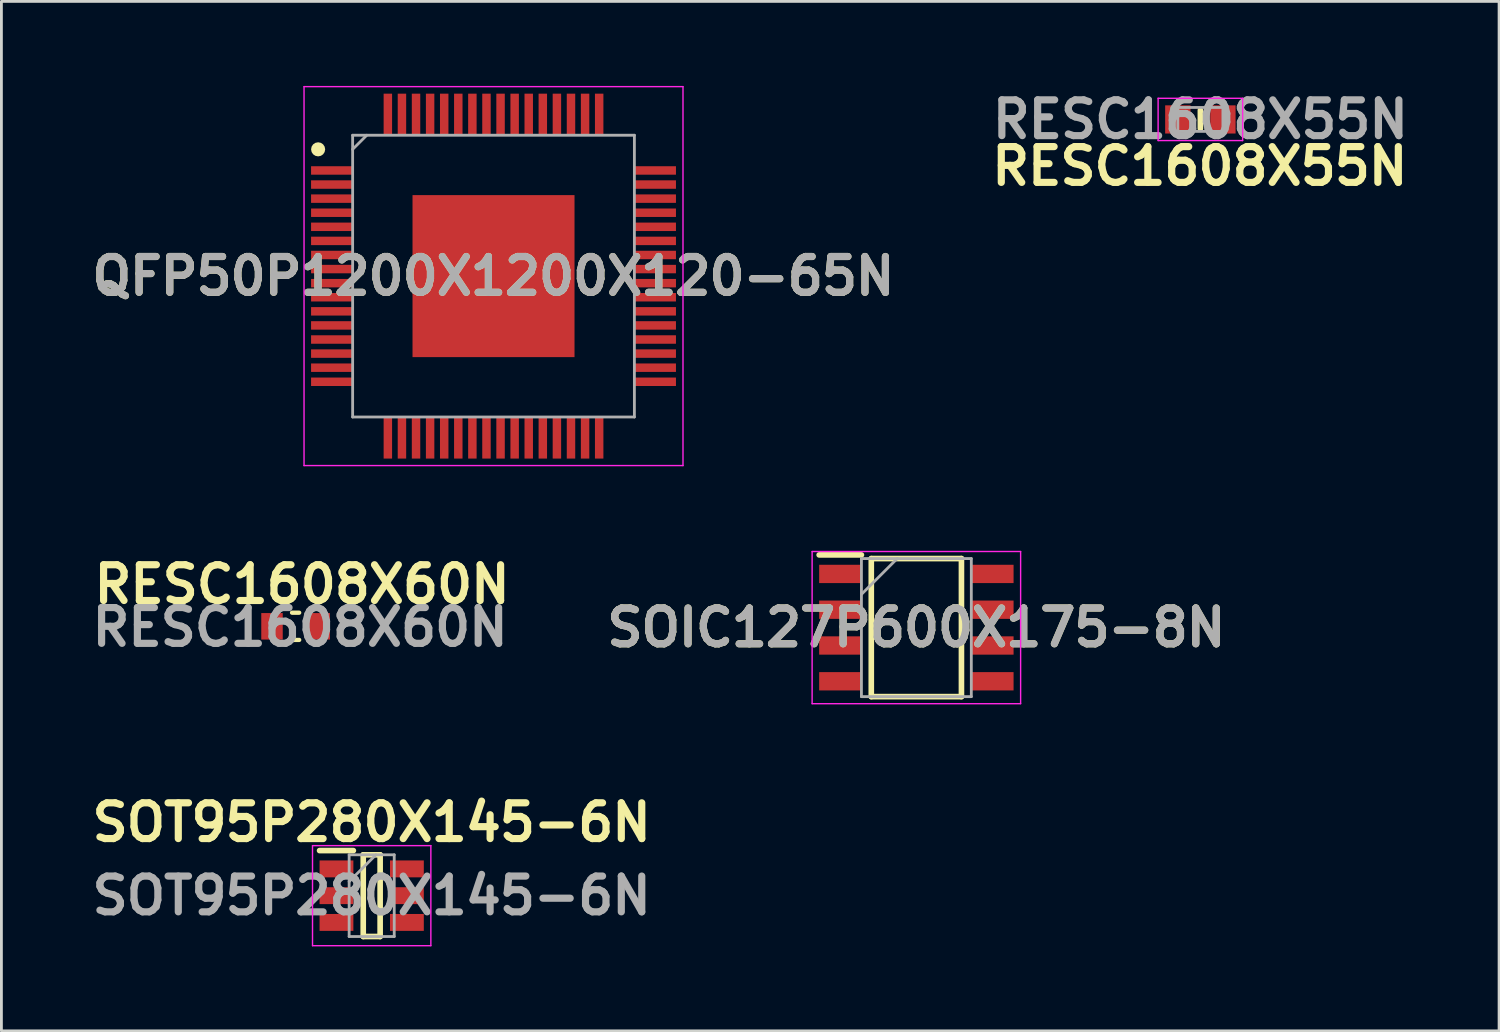
<source format=kicad_pcb>
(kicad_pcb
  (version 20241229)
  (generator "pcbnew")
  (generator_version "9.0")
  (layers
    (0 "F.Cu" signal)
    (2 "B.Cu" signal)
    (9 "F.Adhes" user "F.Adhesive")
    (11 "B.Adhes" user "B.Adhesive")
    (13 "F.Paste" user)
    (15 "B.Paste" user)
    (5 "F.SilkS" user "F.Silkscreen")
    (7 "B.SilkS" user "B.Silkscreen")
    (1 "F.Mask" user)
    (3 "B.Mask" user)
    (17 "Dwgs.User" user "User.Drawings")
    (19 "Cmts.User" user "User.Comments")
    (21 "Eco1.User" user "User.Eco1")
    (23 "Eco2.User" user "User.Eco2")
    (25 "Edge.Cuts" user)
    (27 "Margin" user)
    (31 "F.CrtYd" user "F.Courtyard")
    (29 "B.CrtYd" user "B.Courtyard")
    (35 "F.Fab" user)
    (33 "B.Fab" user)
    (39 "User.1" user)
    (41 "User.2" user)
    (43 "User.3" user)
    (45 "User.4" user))
  (footprint "RESC1608X55N"
    (layer "F.Cu")
    (at 39.554 1.189)
    (property "Reference" "RESC1608X55N" (at -0.02 1.66 0) (layer "F.SilkS") (effects (font (size 1.27 1.27) (thickness 0.254))))
    (attr smd)
    (fp_line (start 0 -0.325) (end 0 0.325) (stroke (width 0.2) (type solid)) (layer "F.SilkS"))
    (fp_line (start -1.5 -0.75) (end 1.5 -0.75) (stroke (width 0.05) (type solid)) (layer "F.CrtYd"))
    (fp_line (start -1.5 0.75) (end -1.5 -0.75) (stroke (width 0.05) (type solid)) (layer "F.CrtYd"))
    (fp_line (start 1.5 -0.75) (end 1.5 0.75) (stroke (width 0.05) (type solid)) (layer "F.CrtYd"))
    (fp_line (start 1.5 0.75) (end -1.5 0.75) (stroke (width 0.05) (type solid)) (layer "F.CrtYd"))
    (fp_line (start -0.8 -0.425) (end 0.8 -0.425) (stroke (width 0.1) (type solid)) (layer "F.Fab"))
    (fp_line (start -0.8 0.425) (end -0.8 -0.425) (stroke (width 0.1) (type solid)) (layer "F.Fab"))
    (fp_line (start 0.8 -0.425) (end 0.8 0.425) (stroke (width 0.1) (type solid)) (layer "F.Fab"))
    (fp_line (start 0.8 0.425) (end -0.8 0.425) (stroke (width 0.1) (type solid)) (layer "F.Fab"))
    (fp_text user "${REFERENCE}" (at 0 0 0) (layer "F.Fab") (effects (font (size 1.27 1.27) (thickness 0.254))))
    (pad "1" smd rect (at -0.8 0) (size 0.9 1) (layers "F.Cu" "F.Mask" "F.Paste"))
    (pad "2" smd rect (at 0.8 0) (size 0.9 1) (layers "F.Cu" "F.Mask" "F.Paste")))
  (footprint "RESC1608X60N"
    (layer "F.Cu")
    (at 7.442 19.179)
    (property "Reference" "RESC1608X60N" (at 0.23 -1.49 0) (layer "F.SilkS") (effects (font (size 1.27 1.27) (thickness 0.254))))
    (attr smd)
    (fp_line (start -0.127 0.483) (end 0.127 0.483) (stroke (width 0.152) (type solid)) (layer "F.SilkS"))
    (fp_line (start 0.127 -0.483) (end -0.127 -0.483) (stroke (width 0.152) (type solid)) (layer "F.SilkS"))
    (fp_text user "${REFERENCE}" (at 0.16 0.03 0) (layer "F.Fab") (effects (font (size 1.27 1.27) (thickness 0.254))))
    (pad "1" smd rect (at -0.838 0) (size 0.762 0.94) (layers "F.Cu" "F.Mask" "F.Paste"))
    (pad "2" smd rect (at 0.838 0) (size 0.762 0.94) (layers "F.Cu" "F.Mask" "F.Paste")))
  (footprint "SOIC127P600X175-8N"
    (layer "F.Cu")
    (at 29.474 19.225)
    (property "Reference" "SOIC127P600X175-8N" (at 0 0 0) (layer "F.SilkS") (effects (font (size 1.27 1.27) (thickness 0.254))))
    (attr smd)
    (fp_line (start -3.45 -2.58) (end -1.95 -2.58) (stroke (width 0.2) (type solid)) (layer "F.SilkS"))
    (fp_line (start -1.6 -2.45) (end 1.6 -2.45) (stroke (width 0.2) (type solid)) (layer "F.SilkS"))
    (fp_line (start -1.6 2.45) (end -1.6 -2.45) (stroke (width 0.2) (type solid)) (layer "F.SilkS"))
    (fp_line (start 1.6 -2.45) (end 1.6 2.45) (stroke (width 0.2) (type solid)) (layer "F.SilkS"))
    (fp_line (start 1.6 2.45) (end -1.6 2.45) (stroke (width 0.2) (type solid)) (layer "F.SilkS"))
    (fp_line (start -3.7 -2.7) (end 3.7 -2.7) (stroke (width 0.05) (type solid)) (layer "F.CrtYd"))
    (fp_line (start -3.7 2.7) (end -3.7 -2.7) (stroke (width 0.05) (type solid)) (layer "F.CrtYd"))
    (fp_line (start 3.7 -2.7) (end 3.7 2.7) (stroke (width 0.05) (type solid)) (layer "F.CrtYd"))
    (fp_line (start 3.7 2.7) (end -3.7 2.7) (stroke (width 0.05) (type solid)) (layer "F.CrtYd"))
    (fp_line (start -1.95 -2.45) (end 1.95 -2.45) (stroke (width 0.1) (type solid)) (layer "F.Fab"))
    (fp_line (start -1.95 -1.18) (end -0.68 -2.45) (stroke (width 0.1) (type solid)) (layer "F.Fab"))
    (fp_line (start -1.95 2.45) (end -1.95 -2.45) (stroke (width 0.1) (type solid)) (layer "F.Fab"))
    (fp_line (start 1.95 -2.45) (end 1.95 2.45) (stroke (width 0.1) (type solid)) (layer "F.Fab"))
    (fp_line (start 1.95 2.45) (end -1.95 2.45) (stroke (width 0.1) (type solid)) (layer "F.Fab"))
    (fp_text user "${REFERENCE}" (at 0 0 0) (layer "F.Fab") (effects (font (size 1.27 1.27) (thickness 0.254))))
    (pad "1" smd rect (at -2.7 -1.905 90) (size 0.65 1.5) (layers "F.Cu" "F.Mask" "F.Paste"))
    (pad "2" smd rect (at -2.7 -0.635 90) (size 0.65 1.5) (layers "F.Cu" "F.Mask" "F.Paste"))
    (pad "3" smd rect (at -2.7 0.635 90) (size 0.65 1.5) (layers "F.Cu" "F.Mask" "F.Paste"))
    (pad "4" smd rect (at -2.7 1.905 90) (size 0.65 1.5) (layers "F.Cu" "F.Mask" "F.Paste"))
    (pad "5" smd rect (at 2.7 1.905 90) (size 0.65 1.5) (layers "F.Cu" "F.Mask" "F.Paste"))
    (pad "6" smd rect (at 2.7 0.635 90) (size 0.65 1.5) (layers "F.Cu" "F.Mask" "F.Paste"))
    (pad "7" smd rect (at 2.7 -0.635 90) (size 0.65 1.5) (layers "F.Cu" "F.Mask" "F.Paste"))
    (pad "8" smd rect (at 2.7 -1.905 90) (size 0.65 1.5) (layers "F.Cu" "F.Mask" "F.Paste")))
  (footprint "QFP50P1200X1200X120-65N"
    (layer "F.Cu")
    (at 14.466 6.75)
    (property "Reference" "QFP50P1200X1200X120-65N" (at 0 0 0) (layer "F.SilkS") (effects (font (size 1.27 1.27) (thickness 0.254))))
    (attr smd)
    (fp_circle (center -6.225 -4.5) (end -6.225 -4.375) (stroke (width 0.25) (type solid)) (fill no) (layer "F.SilkS"))
    (fp_line (start -6.725 -6.725) (end 6.725 -6.725) (stroke (width 0.05) (type solid)) (layer "F.CrtYd"))
    (fp_line (start -6.725 6.725) (end -6.725 -6.725) (stroke (width 0.05) (type solid)) (layer "F.CrtYd"))
    (fp_line (start 6.725 -6.725) (end 6.725 6.725) (stroke (width 0.05) (type solid)) (layer "F.CrtYd"))
    (fp_line (start 6.725 6.725) (end -6.725 6.725) (stroke (width 0.05) (type solid)) (layer "F.CrtYd"))
    (fp_line (start -5 -5) (end 5 -5) (stroke (width 0.1) (type solid)) (layer "F.Fab"))
    (fp_line (start -5 -4.5) (end -4.5 -5) (stroke (width 0.1) (type solid)) (layer "F.Fab"))
    (fp_line (start -5 5) (end -5 -5) (stroke (width 0.1) (type solid)) (layer "F.Fab"))
    (fp_line (start 5 -5) (end 5 5) (stroke (width 0.1) (type solid)) (layer "F.Fab"))
    (fp_line (start 5 5) (end -5 5) (stroke (width 0.1) (type solid)) (layer "F.Fab"))
    (fp_text user "${REFERENCE}" (at 0 0 0) (layer "F.Fab") (effects (font (size 1.27 1.27) (thickness 0.254))))
    (pad "1" smd rect (at -5.738 -3.75 90) (size 0.3 1.475) (layers "F.Cu" "F.Mask" "F.Paste"))
    (pad "2" smd rect (at -5.738 -3.25 90) (size 0.3 1.475) (layers "F.Cu" "F.Mask" "F.Paste"))
    (pad "3" smd rect (at -5.738 -2.75 90) (size 0.3 1.475) (layers "F.Cu" "F.Mask" "F.Paste"))
    (pad "4" smd rect (at -5.738 -2.25 90) (size 0.3 1.475) (layers "F.Cu" "F.Mask" "F.Paste"))
    (pad "5" smd rect (at -5.738 -1.75 90) (size 0.3 1.475) (layers "F.Cu" "F.Mask" "F.Paste"))
    (pad "6" smd rect (at -5.738 -1.25 90) (size 0.3 1.475) (layers "F.Cu" "F.Mask" "F.Paste"))
    (pad "7" smd rect (at -5.738 -0.75 90) (size 0.3 1.475) (layers "F.Cu" "F.Mask" "F.Paste"))
    (pad "8" smd rect (at -5.738 -0.25 90) (size 0.3 1.475) (layers "F.Cu" "F.Mask" "F.Paste"))
    (pad "9" smd rect (at -5.738 0.25 90) (size 0.3 1.475) (layers "F.Cu" "F.Mask" "F.Paste"))
    (pad "10" smd rect (at -5.738 0.75 90) (size 0.3 1.475) (layers "F.Cu" "F.Mask" "F.Paste"))
    (pad "11" smd rect (at -5.738 1.25 90) (size 0.3 1.475) (layers "F.Cu" "F.Mask" "F.Paste"))
    (pad "12" smd rect (at -5.738 1.75 90) (size 0.3 1.475) (layers "F.Cu" "F.Mask" "F.Paste"))
    (pad "13" smd rect (at -5.738 2.25 90) (size 0.3 1.475) (layers "F.Cu" "F.Mask" "F.Paste"))
    (pad "14" smd rect (at -5.738 2.75 90) (size 0.3 1.475) (layers "F.Cu" "F.Mask" "F.Paste"))
    (pad "15" smd rect (at -5.738 3.25 90) (size 0.3 1.475) (layers "F.Cu" "F.Mask" "F.Paste"))
    (pad "16" smd rect (at -5.738 3.75 90) (size 0.3 1.475) (layers "F.Cu" "F.Mask" "F.Paste"))
    (pad "17" smd rect (at -3.75 5.738) (size 0.3 1.475) (layers "F.Cu" "F.Mask" "F.Paste"))
    (pad "18" smd rect (at -3.25 5.738) (size 0.3 1.475) (layers "F.Cu" "F.Mask" "F.Paste"))
    (pad "19" smd rect (at -2.75 5.738) (size 0.3 1.475) (layers "F.Cu" "F.Mask" "F.Paste"))
    (pad "20" smd rect (at -2.25 5.738) (size 0.3 1.475) (layers "F.Cu" "F.Mask" "F.Paste"))
    (pad "21" smd rect (at -1.75 5.738) (size 0.3 1.475) (layers "F.Cu" "F.Mask" "F.Paste"))
    (pad "22" smd rect (at -1.25 5.738) (size 0.3 1.475) (layers "F.Cu" "F.Mask" "F.Paste"))
    (pad "23" smd rect (at -0.75 5.738) (size 0.3 1.475) (layers "F.Cu" "F.Mask" "F.Paste"))
    (pad "24" smd rect (at -0.25 5.738) (size 0.3 1.475) (layers "F.Cu" "F.Mask" "F.Paste"))
    (pad "25" smd rect (at 0.25 5.738) (size 0.3 1.475) (layers "F.Cu" "F.Mask" "F.Paste"))
    (pad "26" smd rect (at 0.75 5.738) (size 0.3 1.475) (layers "F.Cu" "F.Mask" "F.Paste"))
    (pad "27" smd rect (at 1.25 5.738) (size 0.3 1.475) (layers "F.Cu" "F.Mask" "F.Paste"))
    (pad "28" smd rect (at 1.75 5.738) (size 0.3 1.475) (layers "F.Cu" "F.Mask" "F.Paste"))
    (pad "29" smd rect (at 2.25 5.738) (size 0.3 1.475) (layers "F.Cu" "F.Mask" "F.Paste"))
    (pad "30" smd rect (at 2.75 5.738) (size 0.3 1.475) (layers "F.Cu" "F.Mask" "F.Paste"))
    (pad "31" smd rect (at 3.25 5.738) (size 0.3 1.475) (layers "F.Cu" "F.Mask" "F.Paste"))
    (pad "32" smd rect (at 3.75 5.738) (size 0.3 1.475) (layers "F.Cu" "F.Mask" "F.Paste"))
    (pad "33" smd rect (at 5.738 3.75 90) (size 0.3 1.475) (layers "F.Cu" "F.Mask" "F.Paste"))
    (pad "34" smd rect (at 5.738 3.25 90) (size 0.3 1.475) (layers "F.Cu" "F.Mask" "F.Paste"))
    (pad "35" smd rect (at 5.738 2.75 90) (size 0.3 1.475) (layers "F.Cu" "F.Mask" "F.Paste"))
    (pad "36" smd rect (at 5.738 2.25 90) (size 0.3 1.475) (layers "F.Cu" "F.Mask" "F.Paste"))
    (pad "37" smd rect (at 5.738 1.75 90) (size 0.3 1.475) (layers "F.Cu" "F.Mask" "F.Paste"))
    (pad "38" smd rect (at 5.738 1.25 90) (size 0.3 1.475) (layers "F.Cu" "F.Mask" "F.Paste"))
    (pad "39" smd rect (at 5.738 0.75 90) (size 0.3 1.475) (layers "F.Cu" "F.Mask" "F.Paste"))
    (pad "40" smd rect (at 5.738 0.25 90) (size 0.3 1.475) (layers "F.Cu" "F.Mask" "F.Paste"))
    (pad "41" smd rect (at 5.738 -0.25 90) (size 0.3 1.475) (layers "F.Cu" "F.Mask" "F.Paste"))
    (pad "42" smd rect (at 5.738 -0.75 90) (size 0.3 1.475) (layers "F.Cu" "F.Mask" "F.Paste"))
    (pad "43" smd rect (at 5.738 -1.25 90) (size 0.3 1.475) (layers "F.Cu" "F.Mask" "F.Paste"))
    (pad "44" smd rect (at 5.738 -1.75 90) (size 0.3 1.475) (layers "F.Cu" "F.Mask" "F.Paste"))
    (pad "45" smd rect (at 5.738 -2.25 90) (size 0.3 1.475) (layers "F.Cu" "F.Mask" "F.Paste"))
    (pad "46" smd rect (at 5.738 -2.75 90) (size 0.3 1.475) (layers "F.Cu" "F.Mask" "F.Paste"))
    (pad "47" smd rect (at 5.738 -3.25 90) (size 0.3 1.475) (layers "F.Cu" "F.Mask" "F.Paste"))
    (pad "48" smd rect (at 5.738 -3.75 90) (size 0.3 1.475) (layers "F.Cu" "F.Mask" "F.Paste"))
    (pad "49" smd rect (at 3.75 -5.738) (size 0.3 1.475) (layers "F.Cu" "F.Mask" "F.Paste"))
    (pad "50" smd rect (at 3.25 -5.738) (size 0.3 1.475) (layers "F.Cu" "F.Mask" "F.Paste"))
    (pad "51" smd rect (at 2.75 -5.738) (size 0.3 1.475) (layers "F.Cu" "F.Mask" "F.Paste"))
    (pad "52" smd rect (at 2.25 -5.738) (size 0.3 1.475) (layers "F.Cu" "F.Mask" "F.Paste"))
    (pad "53" smd rect (at 1.75 -5.738) (size 0.3 1.475) (layers "F.Cu" "F.Mask" "F.Paste"))
    (pad "54" smd rect (at 1.25 -5.738) (size 0.3 1.475) (layers "F.Cu" "F.Mask" "F.Paste"))
    (pad "55" smd rect (at 0.75 -5.738) (size 0.3 1.475) (layers "F.Cu" "F.Mask" "F.Paste"))
    (pad "56" smd rect (at 0.25 -5.738) (size 0.3 1.475) (layers "F.Cu" "F.Mask" "F.Paste"))
    (pad "57" smd rect (at -0.25 -5.738) (size 0.3 1.475) (layers "F.Cu" "F.Mask" "F.Paste"))
    (pad "58" smd rect (at -0.75 -5.738) (size 0.3 1.475) (layers "F.Cu" "F.Mask" "F.Paste"))
    (pad "59" smd rect (at -1.25 -5.738) (size 0.3 1.475) (layers "F.Cu" "F.Mask" "F.Paste"))
    (pad "60" smd rect (at -1.75 -5.738) (size 0.3 1.475) (layers "F.Cu" "F.Mask" "F.Paste"))
    (pad "61" smd rect (at -2.25 -5.738) (size 0.3 1.475) (layers "F.Cu" "F.Mask" "F.Paste"))
    (pad "62" smd rect (at -2.75 -5.738) (size 0.3 1.475) (layers "F.Cu" "F.Mask" "F.Paste"))
    (pad "63" smd rect (at -3.25 -5.738) (size 0.3 1.475) (layers "F.Cu" "F.Mask" "F.Paste"))
    (pad "64" smd rect (at -3.75 -5.738) (size 0.3 1.475) (layers "F.Cu" "F.Mask" "F.Paste"))
    (pad "65" smd rect (at 0 0) (size 5.75 5.75) (layers "F.Cu" "F.Mask" "F.Paste")))
  (footprint "SOT95P280X145-6N"
    (layer "F.Cu")
    (at 10.142 28.739)
    (property "Reference" "SOT95P280X145-6N" (at 0 -2.6 0) (layer "F.SilkS") (effects (font (size 1.27 1.27) (thickness 0.254))))
    (attr smd)
    (fp_line (start -1.85 -1.6) (end -0.65 -1.6) (stroke (width 0.2) (type solid)) (layer "F.SilkS"))
    (fp_line (start -0.3 -1.45) (end 0.3 -1.45) (stroke (width 0.2) (type solid)) (layer "F.SilkS"))
    (fp_line (start -0.3 1.45) (end -0.3 -1.45) (stroke (width 0.2) (type solid)) (layer "F.SilkS"))
    (fp_line (start 0.3 -1.45) (end 0.3 1.45) (stroke (width 0.2) (type solid)) (layer "F.SilkS"))
    (fp_line (start 0.3 1.45) (end -0.3 1.45) (stroke (width 0.2) (type solid)) (layer "F.SilkS"))
    (fp_line (start -2.1 -1.775) (end 2.1 -1.775) (stroke (width 0.05) (type solid)) (layer "F.CrtYd"))
    (fp_line (start -2.1 1.775) (end -2.1 -1.775) (stroke (width 0.05) (type solid)) (layer "F.CrtYd"))
    (fp_line (start 2.1 -1.775) (end 2.1 1.775) (stroke (width 0.05) (type solid)) (layer "F.CrtYd"))
    (fp_line (start 2.1 1.775) (end -2.1 1.775) (stroke (width 0.05) (type solid)) (layer "F.CrtYd"))
    (fp_line (start -0.8 -1.45) (end 0.8 -1.45) (stroke (width 0.1) (type solid)) (layer "F.Fab"))
    (fp_line (start -0.8 -0.5) (end 0.15 -1.45) (stroke (width 0.1) (type solid)) (layer "F.Fab"))
    (fp_line (start -0.8 1.45) (end -0.8 -1.45) (stroke (width 0.1) (type solid)) (layer "F.Fab"))
    (fp_line (start 0.8 -1.45) (end 0.8 1.45) (stroke (width 0.1) (type solid)) (layer "F.Fab"))
    (fp_line (start 0.8 1.45) (end -0.8 1.45) (stroke (width 0.1) (type solid)) (layer "F.Fab"))
    (fp_text user "${REFERENCE}" (at 0 0 0) (layer "F.Fab") (effects (font (size 1.27 1.27) (thickness 0.254))))
    (pad "1" smd rect (at -1.25 -0.95 90) (size 0.6 1.2) (layers "F.Cu" "F.Mask" "F.Paste"))
    (pad "2" smd rect (at -1.25 0 90) (size 0.6 1.2) (layers "F.Cu" "F.Mask" "F.Paste"))
    (pad "3" smd rect (at -1.25 0.95 90) (size 0.6 1.2) (layers "F.Cu" "F.Mask" "F.Paste"))
    (pad "4" smd rect (at 1.25 0.95 90) (size 0.6 1.2) (layers "F.Cu" "F.Mask" "F.Paste"))
    (pad "5" smd rect (at 1.25 0 90) (size 0.6 1.2) (layers "F.Cu" "F.Mask" "F.Paste"))
    (pad "6" smd rect (at 1.25 -0.95 90) (size 0.6 1.2) (layers "F.Cu" "F.Mask" "F.Paste")))
  (gr_rect
    (start -3 -3)
    (end 50.156 33.539)
    (stroke (width 0.1) (type default))
    (fill no)
    (layer "Edge.Cuts")))
</source>
